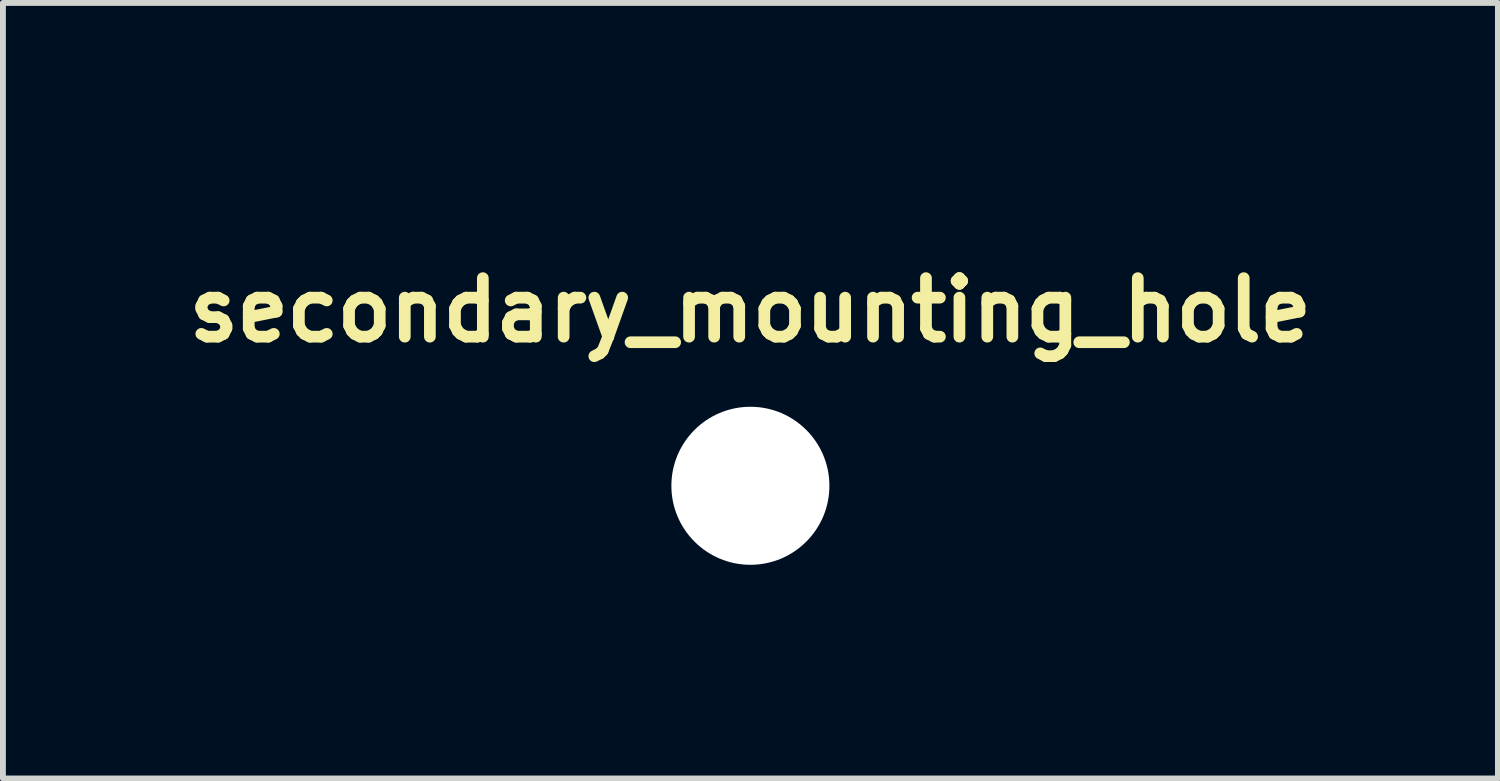
<source format=kicad_pcb>
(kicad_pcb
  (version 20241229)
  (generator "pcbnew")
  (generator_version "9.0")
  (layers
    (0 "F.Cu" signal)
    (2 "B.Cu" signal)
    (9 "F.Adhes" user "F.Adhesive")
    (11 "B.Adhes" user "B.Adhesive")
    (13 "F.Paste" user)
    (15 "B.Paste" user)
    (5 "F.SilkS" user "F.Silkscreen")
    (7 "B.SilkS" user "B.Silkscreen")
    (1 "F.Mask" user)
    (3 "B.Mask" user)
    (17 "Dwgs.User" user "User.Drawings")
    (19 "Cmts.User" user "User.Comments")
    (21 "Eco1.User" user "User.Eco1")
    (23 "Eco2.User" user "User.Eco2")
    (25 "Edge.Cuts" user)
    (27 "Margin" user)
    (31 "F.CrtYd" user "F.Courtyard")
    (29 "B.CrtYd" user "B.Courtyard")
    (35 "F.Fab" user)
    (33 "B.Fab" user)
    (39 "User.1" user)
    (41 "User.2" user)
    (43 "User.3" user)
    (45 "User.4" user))
  (footprint "secondary_mounting_hole"
    (layer "F.Cu")
    (at 9.771 0.25)
    (property "Reference" "secondary_mounting_hole" (at 0 2 0) (unlocked yes) (layer "F.SilkS") (effects (font (size 1 1) (thickness 0.2) (bold yes))))
    (attr through_hole)
    (pad "" np_thru_hole circle (at 0 5) (size 2.7 2.7) (drill oval 2.7 4) (layers "*.Cu" "*.Mask")))
  (gr_rect
    (start -3 -3)
    (end 22.543 10.25)
    (stroke (width 0.1) (type default))
    (fill no)
    (layer "Edge.Cuts")))
</source>
